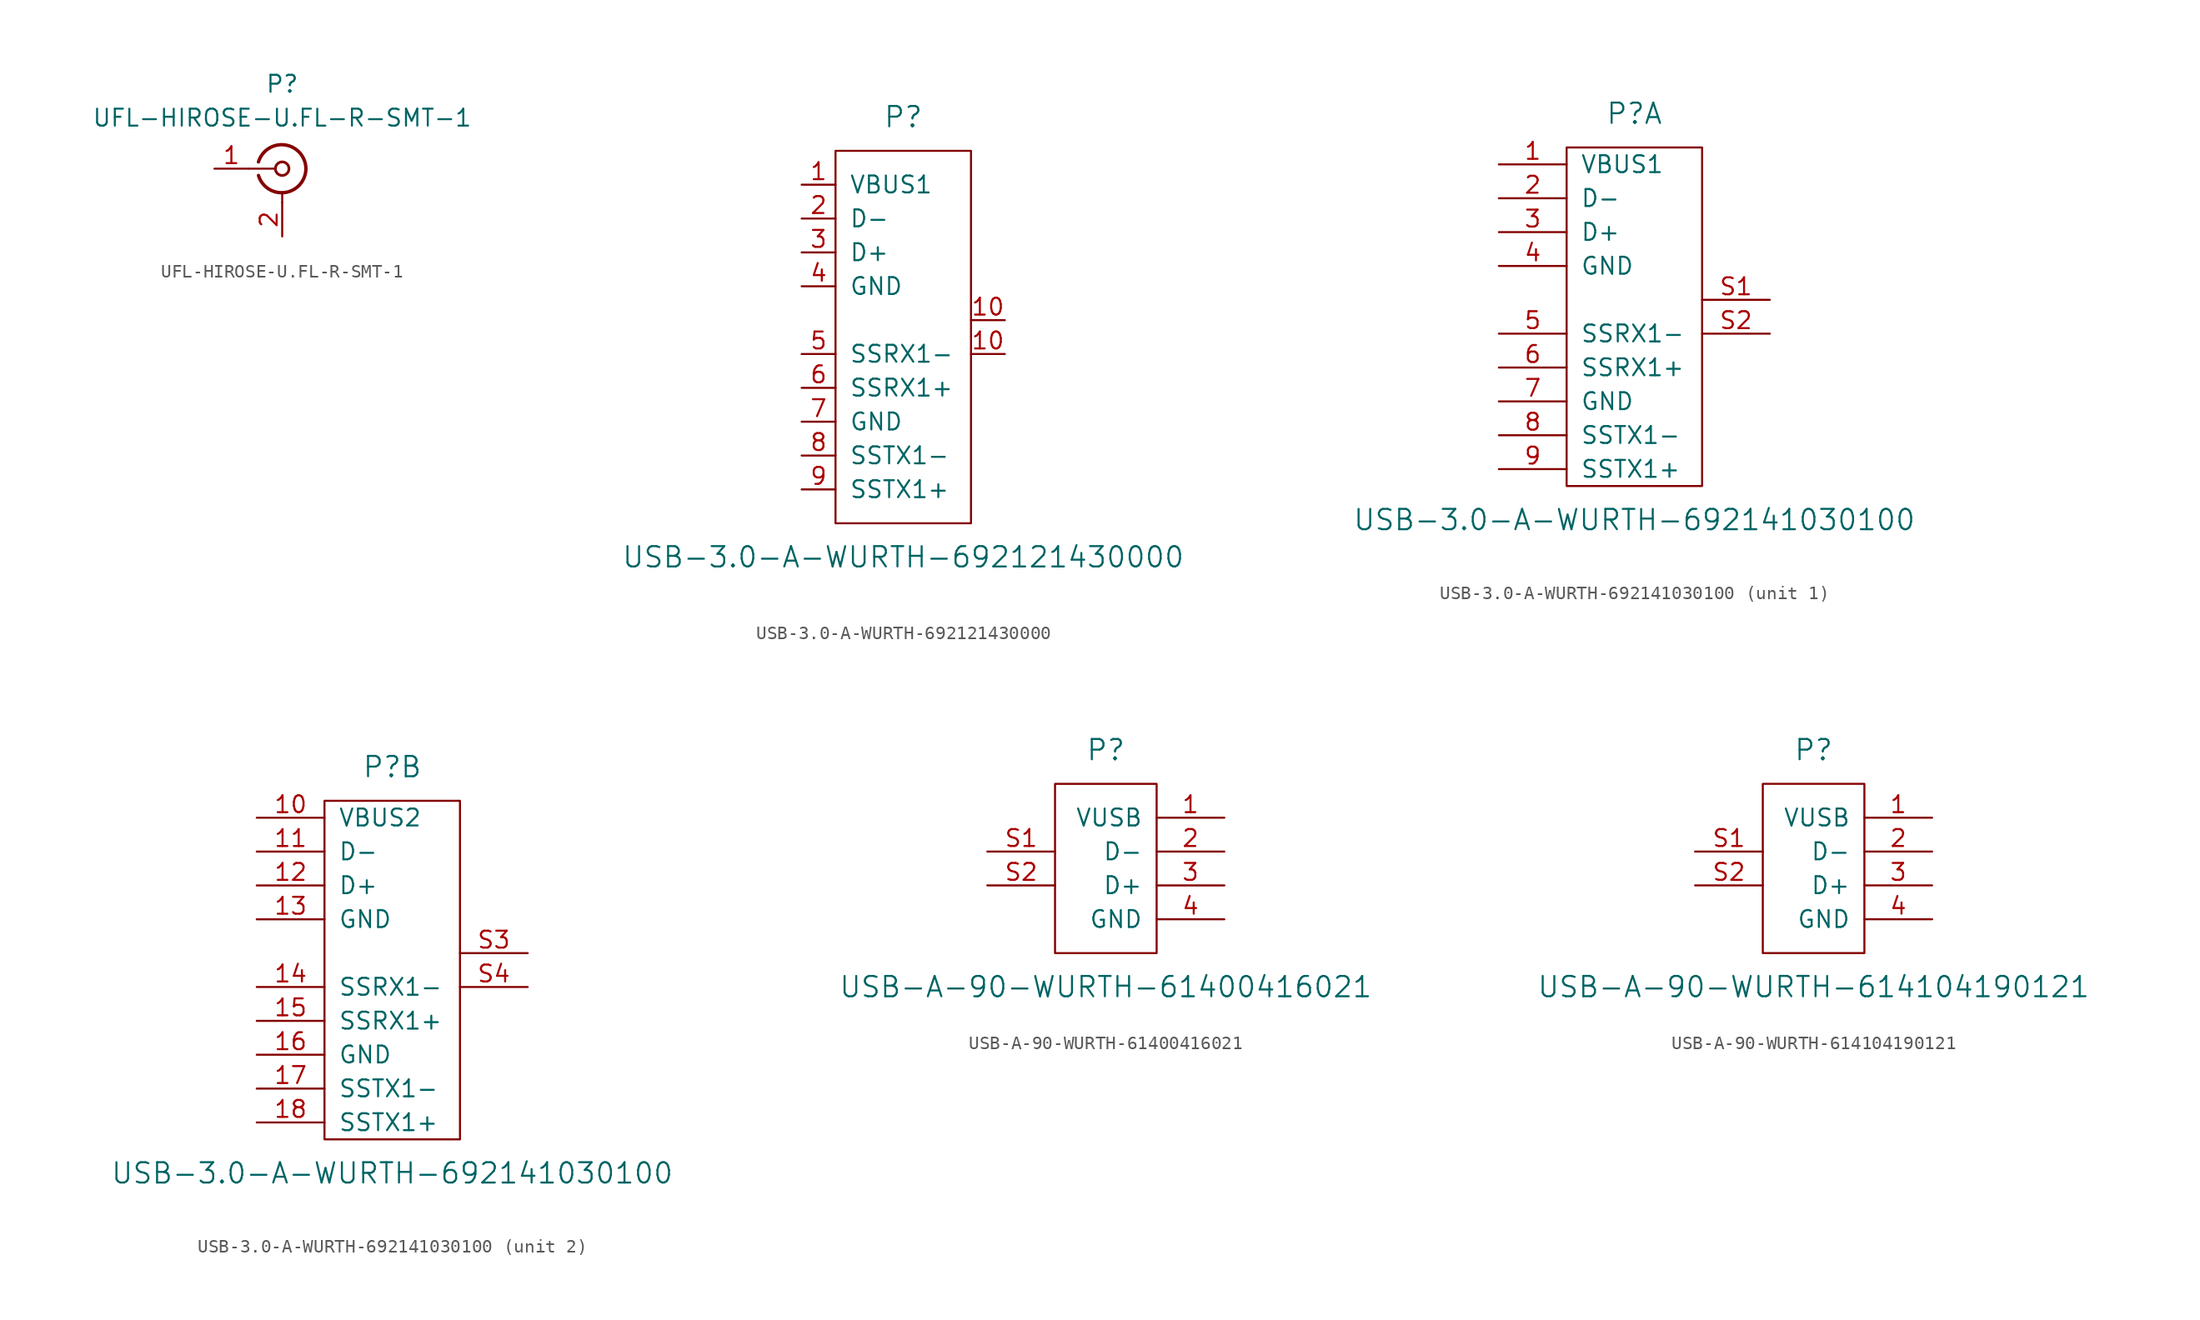
<source format=kicad_sym>
(kicad_symbol_lib
  (version 20201005)
  (generator kicad_symbol_editor)
  (symbol "UFL-HIROSE-U.FL-R-SMT-1"
    (pin_names
      (offset 1.016) hide)
    (property "Reference" "P"
      (at 0 6.35 0)
      (effects (font (size 1.27 1.27))))
    (property "Value" "UFL-HIROSE-U.FL-R-SMT-1"
      (at 0 3.81 0)
      (effects (font (size 1.27 1.27))))
    (symbol "UFL-HIROSE-U.FL-R-SMT-1_0_1"
      (arc (start -1.778 0.508) (end 1.778 0) (radius (at -0.0508 0) (length 1.8034) (angles 163.6 0)) (stroke (width 0.254)) (fill (type none)))
      (arc (start 1.778 0) (end -1.778 -0.508) (radius (at -0.0254 0) (length 1.8034) (angles 0 -163.8)) (stroke (width 0.254)) (fill (type none)))
      (circle (center 0 0) (radius 0.508) (stroke (width 0.203)) (fill (type none)))
      (polyline (pts (xy -2.54 0) (xy -0.508 0)) (stroke (width 0)) (fill (type none)))
      (polyline (pts (xy 0 -2.54) (xy 0 -1.778)) (stroke (width 0)) (fill (type none))))
    (symbol "UFL-HIROSE-U.FL-R-SMT-1_1_1"
      (pin passive line (at -5.08 0 0) (length 2.54) (name "In" (effects (font (size 1.27 1.27)))) (number "1" (effects (font (size 1.27 1.27)))))
      (pin passive line (at 0 -5.08 90) (length 2.54) (name "Ext" (effects (font (size 1.27 1.27)))) (number "2" (effects (font (size 1.27 1.27)))))))
  (symbol "USB-3.0-A-WURTH-692121430000"
    (pin_names
      (offset 1.016))
    (property "Reference" "P"
      (at 0 16.51 0)
      (effects (font (size 1.524 1.524))))
    (property "Value" "USB-3.0-A-WURTH-692121430000"
      (at 0 -16.51 0)
      (effects (font (size 1.524 1.524))))
    (property "Footprint" ""
      (at 9.525 0 0)
      (effects (font (size 1.524 1.524))))
    (property "Datasheet" ""
      (at 9.525 0 0)
      (effects (font (size 1.524 1.524))))
    (symbol "USB-3.0-A-WURTH-692121430000_0_1"
      (rectangle (start -5.08 13.97) (end 5.08 -13.97) (stroke (width 0)) (fill (type none))))
    (symbol "USB-3.0-A-WURTH-692121430000_1_1"
      (pin power_in line (at -7.62 11.43 0) (length 2.54) (name "VBUS1" (effects (font (size 1.27 1.27)))) (number "1" (effects (font (size 1.27 1.27)))))
      (pin passive line (at 7.62 -1.27 180) (length 2.54) (name "~" (effects (font (size 1.27 1.27)))) (number "10" (effects (font (size 1.27 1.27)))))
      (pin passive line (at 7.62 1.27 180) (length 2.54) (name "~" (effects (font (size 1.27 1.27)))) (number "10" (effects (font (size 1.27 1.27)))))
      (pin bidirectional line (at -7.62 8.89 0) (length 2.54) (name "D-" (effects (font (size 1.27 1.27)))) (number "2" (effects (font (size 1.27 1.27)))))
      (pin bidirectional line (at -7.62 6.35 0) (length 2.54) (name "D+" (effects (font (size 1.27 1.27)))) (number "3" (effects (font (size 1.27 1.27)))))
      (pin power_in line (at -7.62 3.81 0) (length 2.54) (name "GND" (effects (font (size 1.27 1.27)))) (number "4" (effects (font (size 1.27 1.27)))))
      (pin input line (at -7.62 -1.27 0) (length 2.54) (name "SSRX1-" (effects (font (size 1.27 1.27)))) (number "5" (effects (font (size 1.27 1.27)))))
      (pin input line (at -7.62 -3.81 0) (length 2.54) (name "SSRX1+" (effects (font (size 1.27 1.27)))) (number "6" (effects (font (size 1.27 1.27)))))
      (pin power_in line (at -7.62 -6.35 0) (length 2.54) (name "GND" (effects (font (size 1.27 1.27)))) (number "7" (effects (font (size 1.27 1.27)))))
      (pin output line (at -7.62 -8.89 0) (length 2.54) (name "SSTX1-" (effects (font (size 1.27 1.27)))) (number "8" (effects (font (size 1.27 1.27)))))
      (pin output line (at -7.62 -11.43 0) (length 2.54) (name "SSTX1+" (effects (font (size 1.27 1.27)))) (number "9" (effects (font (size 1.27 1.27)))))))
  (symbol "USB-3.0-A-WURTH-692141030100"
    (pin_names
      (offset 1.016))
    (property "Reference" "P"
      (at 0 15.24 0)
      (effects (font (size 1.524 1.524))))
    (property "Value" "USB-3.0-A-WURTH-692141030100"
      (at 0 -15.24 0)
      (effects (font (size 1.524 1.524))))
    (property "Footprint" ""
      (at 9.525 0 0)
      (effects (font (size 1.524 1.524))))
    (property "Datasheet" ""
      (at 9.525 0 0)
      (effects (font (size 1.524 1.524))))
    (symbol "USB-3.0-A-WURTH-692141030100_0_1"
      (rectangle (start -5.08 12.7) (end 5.08 -12.7) (stroke (width 0)) (fill (type none))))
    (symbol "USB-3.0-A-WURTH-692141030100_1_1"
      (pin power_in line (at -10.16 11.43 0) (length 5.08) (name "VBUS1" (effects (font (size 1.27 1.27)))) (number "1" (effects (font (size 1.27 1.27)))))
      (pin bidirectional line (at -10.16 8.89 0) (length 5.08) (name "D-" (effects (font (size 1.27 1.27)))) (number "2" (effects (font (size 1.27 1.27)))))
      (pin bidirectional line (at -10.16 6.35 0) (length 5.08) (name "D+" (effects (font (size 1.27 1.27)))) (number "3" (effects (font (size 1.27 1.27)))))
      (pin power_in line (at -10.16 3.81 0) (length 5.08) (name "GND" (effects (font (size 1.27 1.27)))) (number "4" (effects (font (size 1.27 1.27)))))
      (pin input line (at -10.16 -1.27 0) (length 5.08) (name "SSRX1-" (effects (font (size 1.27 1.27)))) (number "5" (effects (font (size 1.27 1.27)))))
      (pin input line (at -10.16 -3.81 0) (length 5.08) (name "SSRX1+" (effects (font (size 1.27 1.27)))) (number "6" (effects (font (size 1.27 1.27)))))
      (pin power_in line (at -10.16 -6.35 0) (length 5.08) (name "GND" (effects (font (size 1.27 1.27)))) (number "7" (effects (font (size 1.27 1.27)))))
      (pin output line (at -10.16 -8.89 0) (length 5.08) (name "SSTX1-" (effects (font (size 1.27 1.27)))) (number "8" (effects (font (size 1.27 1.27)))))
      (pin output line (at -10.16 -11.43 0) (length 5.08) (name "SSTX1+" (effects (font (size 1.27 1.27)))) (number "9" (effects (font (size 1.27 1.27)))))
      (pin passive line (at 10.16 1.27 180) (length 5.08) (name "~" (effects (font (size 1.27 1.27)))) (number "S1" (effects (font (size 1.27 1.27)))))
      (pin passive line (at 10.16 -1.27 180) (length 5.08) (name "~" (effects (font (size 1.27 1.27)))) (number "S2" (effects (font (size 1.27 1.27))))))
    (symbol "USB-3.0-A-WURTH-692141030100_2_1"
      (pin power_in line (at -10.16 11.43 0) (length 5.08) (name "VBUS2" (effects (font (size 1.27 1.27)))) (number "10" (effects (font (size 1.27 1.27)))))
      (pin bidirectional line (at -10.16 8.89 0) (length 5.08) (name "D-" (effects (font (size 1.27 1.27)))) (number "11" (effects (font (size 1.27 1.27)))))
      (pin bidirectional line (at -10.16 6.35 0) (length 5.08) (name "D+" (effects (font (size 1.27 1.27)))) (number "12" (effects (font (size 1.27 1.27)))))
      (pin power_in line (at -10.16 3.81 0) (length 5.08) (name "GND" (effects (font (size 1.27 1.27)))) (number "13" (effects (font (size 1.27 1.27)))))
      (pin input line (at -10.16 -1.27 0) (length 5.08) (name "SSRX1-" (effects (font (size 1.27 1.27)))) (number "14" (effects (font (size 1.27 1.27)))))
      (pin input line (at -10.16 -3.81 0) (length 5.08) (name "SSRX1+" (effects (font (size 1.27 1.27)))) (number "15" (effects (font (size 1.27 1.27)))))
      (pin power_in line (at -10.16 -6.35 0) (length 5.08) (name "GND" (effects (font (size 1.27 1.27)))) (number "16" (effects (font (size 1.27 1.27)))))
      (pin output line (at -10.16 -8.89 0) (length 5.08) (name "SSTX1-" (effects (font (size 1.27 1.27)))) (number "17" (effects (font (size 1.27 1.27)))))
      (pin output line (at -10.16 -11.43 0) (length 5.08) (name "SSTX1+" (effects (font (size 1.27 1.27)))) (number "18" (effects (font (size 1.27 1.27)))))
      (pin passive line (at 10.16 1.27 180) (length 5.08) (name "~" (effects (font (size 1.27 1.27)))) (number "S3" (effects (font (size 1.27 1.27)))))
      (pin passive line (at 10.16 -1.27 180) (length 5.08) (name "~" (effects (font (size 1.27 1.27)))) (number "S4" (effects (font (size 1.27 1.27)))))))
  (symbol "USB-A-90-WURTH-61400416021"
    (pin_names
      (offset 1.016))
    (property "Reference" "P"
      (at 0 8.89 0)
      (effects (font (size 1.524 1.524))))
    (property "Value" "USB-A-90-WURTH-61400416021"
      (at 0 -8.89 0)
      (effects (font (size 1.524 1.524))))
    (property "Datasheet" ""
      (at 9.525 0 0)
      (effects (font (size 1.524 1.524))))
    (symbol "USB-A-90-WURTH-61400416021_0_1"
      (rectangle (start 3.81 6.35) (end -3.81 -6.35) (stroke (width 0)) (fill (type none))))
    (symbol "USB-A-90-WURTH-61400416021_1_1"
      (pin power_in line (at 8.89 3.81 180) (length 5.08) (name "VUSB" (effects (font (size 1.27 1.27)))) (number "1" (effects (font (size 1.27 1.27)))))
      (pin bidirectional line (at 8.89 1.27 180) (length 5.08) (name "D-" (effects (font (size 1.27 1.27)))) (number "2" (effects (font (size 1.27 1.27)))))
      (pin bidirectional line (at 8.89 -1.27 180) (length 5.08) (name "D+" (effects (font (size 1.27 1.27)))) (number "3" (effects (font (size 1.27 1.27)))))
      (pin power_in line (at 8.89 -3.81 180) (length 5.08) (name "GND" (effects (font (size 1.27 1.27)))) (number "4" (effects (font (size 1.27 1.27)))))
      (pin passive line (at -8.89 1.27 0) (length 5.08) (name "~" (effects (font (size 1.27 1.27)))) (number "S1" (effects (font (size 1.27 1.27)))))
      (pin passive line (at -8.89 -1.27 0) (length 5.08) (name "~" (effects (font (size 1.27 1.27)))) (number "S2" (effects (font (size 1.27 1.27)))))))
  (symbol "USB-A-90-WURTH-614104190121"
    (pin_names
      (offset 1.016))
    (property "Reference" "P"
      (at 0 8.89 0)
      (effects (font (size 1.524 1.524))))
    (property "Value" "USB-A-90-WURTH-614104190121"
      (at 0 -8.89 0)
      (effects (font (size 1.524 1.524))))
    (property "Datasheet" ""
      (at 9.525 0 0)
      (effects (font (size 1.524 1.524))))
    (symbol "USB-A-90-WURTH-614104190121_0_1"
      (rectangle (start 3.81 6.35) (end -3.81 -6.35) (stroke (width 0)) (fill (type none))))
    (symbol "USB-A-90-WURTH-614104190121_1_1"
      (pin power_in line (at 8.89 3.81 180) (length 5.08) (name "VUSB" (effects (font (size 1.27 1.27)))) (number "1" (effects (font (size 1.27 1.27)))))
      (pin bidirectional line (at 8.89 1.27 180) (length 5.08) (name "D-" (effects (font (size 1.27 1.27)))) (number "2" (effects (font (size 1.27 1.27)))))
      (pin bidirectional line (at 8.89 -1.27 180) (length 5.08) (name "D+" (effects (font (size 1.27 1.27)))) (number "3" (effects (font (size 1.27 1.27)))))
      (pin power_in line (at 8.89 -3.81 180) (length 5.08) (name "GND" (effects (font (size 1.27 1.27)))) (number "4" (effects (font (size 1.27 1.27)))))
      (pin passive line (at -8.89 1.27 0) (length 5.08) (name "~" (effects (font (size 1.27 1.27)))) (number "S1" (effects (font (size 1.27 1.27)))))
      (pin passive line (at -8.89 -1.27 0) (length 5.08) (name "~" (effects (font (size 1.27 1.27)))) (number "S2" (effects (font (size 1.27 1.27))))))))
</source>
